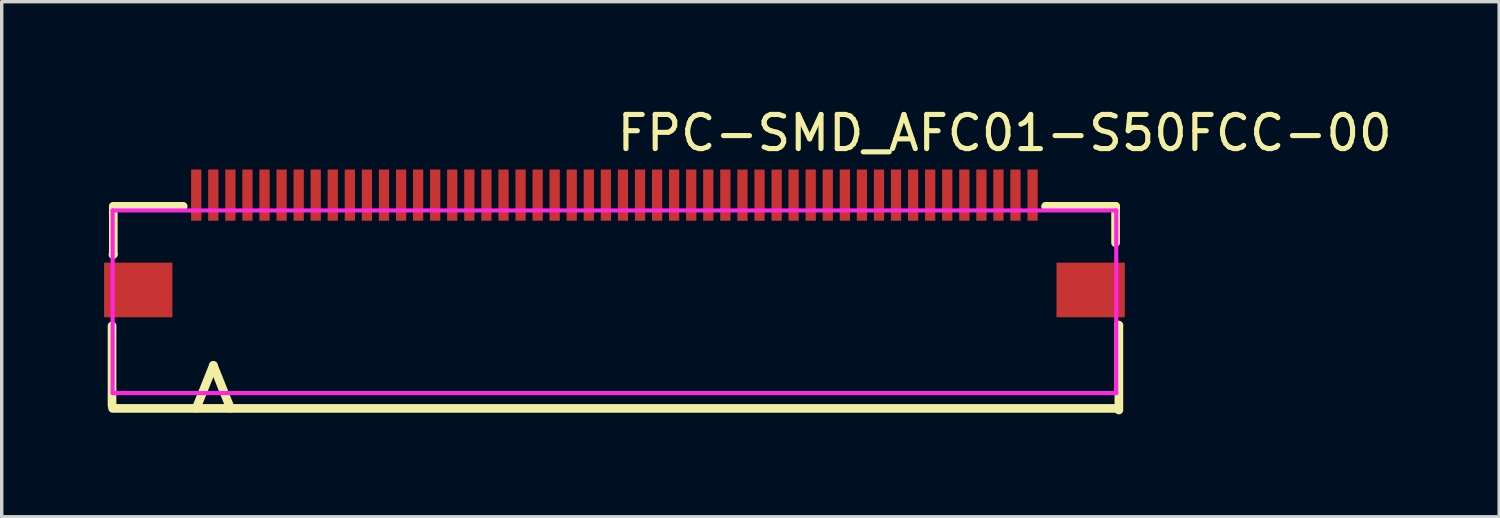
<source format=kicad_pcb>
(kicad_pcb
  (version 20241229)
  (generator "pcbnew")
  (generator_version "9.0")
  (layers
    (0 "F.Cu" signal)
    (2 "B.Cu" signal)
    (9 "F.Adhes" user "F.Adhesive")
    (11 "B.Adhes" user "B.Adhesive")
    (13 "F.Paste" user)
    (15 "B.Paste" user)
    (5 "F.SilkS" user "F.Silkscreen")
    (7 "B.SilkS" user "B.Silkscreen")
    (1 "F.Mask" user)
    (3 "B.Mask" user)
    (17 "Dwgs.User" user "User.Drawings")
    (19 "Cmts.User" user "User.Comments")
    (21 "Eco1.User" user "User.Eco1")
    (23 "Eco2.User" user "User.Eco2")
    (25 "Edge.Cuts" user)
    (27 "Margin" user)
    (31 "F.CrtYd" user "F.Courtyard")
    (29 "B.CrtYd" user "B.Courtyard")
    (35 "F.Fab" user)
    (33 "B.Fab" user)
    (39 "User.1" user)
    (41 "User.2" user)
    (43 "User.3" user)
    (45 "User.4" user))
  (footprint "FPC-SMD_AFC01-S50FCC-00"
    (layer "F.Cu")
    (at 14.95 4.055)
    (property "Reference" "FPC-SMD_AFC01-S50FCC-00" (at 0 -3.207 0) (layer "F.SilkS") (effects (font (size 1 1) (thickness 0.15)) (justify left)))
    (attr through_hole)
    (fp_line (start -14.718 4.776) (end -14.718 2.44) (stroke (width 0.254) (type solid)) (layer "F.SilkS"))
    (fp_line (start -14.701 4.859) (end 14.701 4.859) (stroke (width 0.254) (type solid)) (layer "F.SilkS"))
    (fp_line (start -14.681 -1.056) (end -14.681 0.345) (stroke (width 0.254) (type solid)) (layer "F.SilkS"))
    (fp_line (start -14.681 0.345) (end -14.691 0.355) (stroke (width 0.254) (type solid)) (layer "F.SilkS"))
    (fp_line (start -12.633 -1.061) (end -14.678 -1.061) (stroke (width 0.254) (type solid)) (layer "F.SilkS"))
    (fp_line (start -11.75 3.601) (end -12.25 4.851) (stroke (width 0.254) (type solid)) (layer "F.SilkS"))
    (fp_line (start -11.25 4.851) (end -11.75 3.601) (stroke (width 0.254) (type solid)) (layer "F.SilkS"))
    (fp_line (start 14.68 -1.061) (end 12.63 -1.061) (stroke (width 0.254) (type solid)) (layer "F.SilkS"))
    (fp_line (start 14.68 -1.061) (end 14.68 0.008) (stroke (width 0.254) (type solid)) (layer "F.SilkS"))
    (fp_line (start 14.777 2.426) (end 14.766 2.415) (stroke (width 0.254) (type solid)) (layer "F.SilkS"))
    (fp_line (start 14.777 4.907) (end 14.777 2.426) (stroke (width 0.254) (type solid)) (layer "F.SilkS"))
    (fp_line (start -12.351 -1.05) (end -12.151 -1.05) (stroke (width 0.12) (type solid)) (layer "Eco2.User"))
    (fp_line (start -12.351 -0.93) (end -12.351 -1.05) (stroke (width 0.12) (type solid)) (layer "Eco2.User"))
    (fp_line (start -12.151 -1.05) (end -12.151 -0.93) (stroke (width 0.12) (type solid)) (layer "Eco2.User"))
    (fp_line (start -12.151 -0.93) (end -12.351 -0.93) (stroke (width 0.12) (type solid)) (layer "Eco2.User"))
    (fp_line (start -11.852 -1.05) (end -11.652 -1.05) (stroke (width 0.12) (type solid)) (layer "Eco2.User"))
    (fp_line (start -11.852 -0.93) (end -11.852 -1.05) (stroke (width 0.12) (type solid)) (layer "Eco2.User"))
    (fp_line (start -11.652 -1.05) (end -11.652 -0.93) (stroke (width 0.12) (type solid)) (layer "Eco2.User"))
    (fp_line (start -11.652 -0.93) (end -11.852 -0.93) (stroke (width 0.12) (type solid)) (layer "Eco2.User"))
    (fp_line (start -11.351 -1.05) (end -11.151 -1.05) (stroke (width 0.12) (type solid)) (layer "Eco2.User"))
    (fp_line (start -11.351 -0.93) (end -11.351 -1.05) (stroke (width 0.12) (type solid)) (layer "Eco2.User"))
    (fp_line (start -11.151 -1.05) (end -11.151 -0.93) (stroke (width 0.12) (type solid)) (layer "Eco2.User"))
    (fp_line (start -11.151 -0.93) (end -11.351 -0.93) (stroke (width 0.12) (type solid)) (layer "Eco2.User"))
    (fp_line (start -10.851 -1.05) (end -10.651 -1.05) (stroke (width 0.12) (type solid)) (layer "Eco2.User"))
    (fp_line (start -10.851 -0.93) (end -10.851 -1.05) (stroke (width 0.12) (type solid)) (layer "Eco2.User"))
    (fp_line (start -10.651 -1.05) (end -10.651 -0.93) (stroke (width 0.12) (type solid)) (layer "Eco2.User"))
    (fp_line (start -10.651 -0.93) (end -10.851 -0.93) (stroke (width 0.12) (type solid)) (layer "Eco2.User"))
    (fp_line (start -10.351 -1.05) (end -10.151 -1.05) (stroke (width 0.12) (type solid)) (layer "Eco2.User"))
    (fp_line (start -10.351 -0.93) (end -10.351 -1.05) (stroke (width 0.12) (type solid)) (layer "Eco2.User"))
    (fp_line (start -10.151 -1.05) (end -10.151 -0.93) (stroke (width 0.12) (type solid)) (layer "Eco2.User"))
    (fp_line (start -10.151 -0.93) (end -10.351 -0.93) (stroke (width 0.12) (type solid)) (layer "Eco2.User"))
    (fp_line (start -9.85 -1.05) (end -9.65 -1.05) (stroke (width 0.12) (type solid)) (layer "Eco2.User"))
    (fp_line (start -9.85 -0.93) (end -9.85 -1.05) (stroke (width 0.12) (type solid)) (layer "Eco2.User"))
    (fp_line (start -9.65 -1.05) (end -9.65 -0.93) (stroke (width 0.12) (type solid)) (layer "Eco2.User"))
    (fp_line (start -9.65 -0.93) (end -9.85 -0.93) (stroke (width 0.12) (type solid)) (layer "Eco2.User"))
    (fp_line (start -9.35 -1.05) (end -9.15 -1.05) (stroke (width 0.12) (type solid)) (layer "Eco2.User"))
    (fp_line (start -9.35 -0.93) (end -9.35 -1.05) (stroke (width 0.12) (type solid)) (layer "Eco2.User"))
    (fp_line (start -9.15 -1.05) (end -9.15 -0.93) (stroke (width 0.12) (type solid)) (layer "Eco2.User"))
    (fp_line (start -9.15 -0.93) (end -9.35 -0.93) (stroke (width 0.12) (type solid)) (layer "Eco2.User"))
    (fp_line (start -8.851 -1.05) (end -8.651 -1.05) (stroke (width 0.12) (type solid)) (layer "Eco2.User"))
    (fp_line (start -8.851 -0.93) (end -8.851 -1.05) (stroke (width 0.12) (type solid)) (layer "Eco2.User"))
    (fp_line (start -8.651 -1.05) (end -8.651 -0.93) (stroke (width 0.12) (type solid)) (layer "Eco2.User"))
    (fp_line (start -8.651 -0.93) (end -8.851 -0.93) (stroke (width 0.12) (type solid)) (layer "Eco2.User"))
    (fp_line (start -8.352 -1.05) (end -8.152 -1.05) (stroke (width 0.12) (type solid)) (layer "Eco2.User"))
    (fp_line (start -8.352 -0.93) (end -8.352 -1.05) (stroke (width 0.12) (type solid)) (layer "Eco2.User"))
    (fp_line (start -8.152 -1.05) (end -8.152 -0.93) (stroke (width 0.12) (type solid)) (layer "Eco2.User"))
    (fp_line (start -8.152 -0.93) (end -8.352 -0.93) (stroke (width 0.12) (type solid)) (layer "Eco2.User"))
    (fp_line (start -7.851 -1.05) (end -7.651 -1.05) (stroke (width 0.12) (type solid)) (layer "Eco2.User"))
    (fp_line (start -7.851 -0.93) (end -7.851 -1.05) (stroke (width 0.12) (type solid)) (layer "Eco2.User"))
    (fp_line (start -7.651 -1.05) (end -7.651 -0.93) (stroke (width 0.12) (type solid)) (layer "Eco2.User"))
    (fp_line (start -7.651 -0.93) (end -7.851 -0.93) (stroke (width 0.12) (type solid)) (layer "Eco2.User"))
    (fp_line (start -7.351 -1.05) (end -7.151 -1.05) (stroke (width 0.12) (type solid)) (layer "Eco2.User"))
    (fp_line (start -7.351 -0.93) (end -7.351 -1.05) (stroke (width 0.12) (type solid)) (layer "Eco2.User"))
    (fp_line (start -7.151 -1.05) (end -7.151 -0.93) (stroke (width 0.12) (type solid)) (layer "Eco2.User"))
    (fp_line (start -7.151 -0.93) (end -7.351 -0.93) (stroke (width 0.12) (type solid)) (layer "Eco2.User"))
    (fp_line (start -6.851 -1.05) (end -6.651 -1.05) (stroke (width 0.12) (type solid)) (layer "Eco2.User"))
    (fp_line (start -6.851 -0.93) (end -6.851 -1.05) (stroke (width 0.12) (type solid)) (layer "Eco2.User"))
    (fp_line (start -6.651 -1.05) (end -6.651 -0.93) (stroke (width 0.12) (type solid)) (layer "Eco2.User"))
    (fp_line (start -6.651 -0.93) (end -6.851 -0.93) (stroke (width 0.12) (type solid)) (layer "Eco2.User"))
    (fp_line (start -6.35 -1.05) (end -6.15 -1.05) (stroke (width 0.12) (type solid)) (layer "Eco2.User"))
    (fp_line (start -6.35 -0.93) (end -6.35 -1.05) (stroke (width 0.12) (type solid)) (layer "Eco2.User"))
    (fp_line (start -6.15 -1.05) (end -6.15 -0.93) (stroke (width 0.12) (type solid)) (layer "Eco2.User"))
    (fp_line (start -6.15 -0.93) (end -6.35 -0.93) (stroke (width 0.12) (type solid)) (layer "Eco2.User"))
    (fp_line (start -5.851 -1.05) (end -5.651 -1.05) (stroke (width 0.12) (type solid)) (layer "Eco2.User"))
    (fp_line (start -5.851 -0.93) (end -5.851 -1.05) (stroke (width 0.12) (type solid)) (layer "Eco2.User"))
    (fp_line (start -5.651 -1.05) (end -5.651 -0.93) (stroke (width 0.12) (type solid)) (layer "Eco2.User"))
    (fp_line (start -5.651 -0.93) (end -5.851 -0.93) (stroke (width 0.12) (type solid)) (layer "Eco2.User"))
    (fp_line (start -5.351 -1.05) (end -5.151 -1.05) (stroke (width 0.12) (type solid)) (layer "Eco2.User"))
    (fp_line (start -5.351 -0.93) (end -5.351 -1.05) (stroke (width 0.12) (type solid)) (layer "Eco2.User"))
    (fp_line (start -5.151 -1.05) (end -5.151 -0.93) (stroke (width 0.12) (type solid)) (layer "Eco2.User"))
    (fp_line (start -5.151 -0.93) (end -5.351 -0.93) (stroke (width 0.12) (type solid)) (layer "Eco2.User"))
    (fp_line (start -4.852 -1.05) (end -4.652 -1.05) (stroke (width 0.12) (type solid)) (layer "Eco2.User"))
    (fp_line (start -4.852 -0.93) (end -4.852 -1.05) (stroke (width 0.12) (type solid)) (layer "Eco2.User"))
    (fp_line (start -4.652 -1.05) (end -4.652 -0.93) (stroke (width 0.12) (type solid)) (layer "Eco2.User"))
    (fp_line (start -4.652 -0.93) (end -4.852 -0.93) (stroke (width 0.12) (type solid)) (layer "Eco2.User"))
    (fp_line (start -4.351 -1.05) (end -4.151 -1.05) (stroke (width 0.12) (type solid)) (layer "Eco2.User"))
    (fp_line (start -4.351 -0.93) (end -4.351 -1.05) (stroke (width 0.12) (type solid)) (layer "Eco2.User"))
    (fp_line (start -4.151 -1.05) (end -4.151 -0.93) (stroke (width 0.12) (type solid)) (layer "Eco2.User"))
    (fp_line (start -4.151 -0.93) (end -4.351 -0.93) (stroke (width 0.12) (type solid)) (layer "Eco2.User"))
    (fp_line (start -3.851 -1.05) (end -3.651 -1.05) (stroke (width 0.12) (type solid)) (layer "Eco2.User"))
    (fp_line (start -3.851 -0.93) (end -3.851 -1.05) (stroke (width 0.12) (type solid)) (layer "Eco2.User"))
    (fp_line (start -3.651 -1.05) (end -3.651 -0.93) (stroke (width 0.12) (type solid)) (layer "Eco2.User"))
    (fp_line (start -3.651 -0.93) (end -3.851 -0.93) (stroke (width 0.12) (type solid)) (layer "Eco2.User"))
    (fp_line (start -3.35 -1.05) (end -3.15 -1.05) (stroke (width 0.12) (type solid)) (layer "Eco2.User"))
    (fp_line (start -3.35 -0.93) (end -3.35 -1.05) (stroke (width 0.12) (type solid)) (layer "Eco2.User"))
    (fp_line (start -3.15 -1.05) (end -3.15 -0.93) (stroke (width 0.12) (type solid)) (layer "Eco2.User"))
    (fp_line (start -3.15 -0.93) (end -3.35 -0.93) (stroke (width 0.12) (type solid)) (layer "Eco2.User"))
    (fp_line (start -2.85 -1.05) (end -2.65 -1.05) (stroke (width 0.12) (type solid)) (layer "Eco2.User"))
    (fp_line (start -2.85 -0.93) (end -2.85 -1.05) (stroke (width 0.12) (type solid)) (layer "Eco2.User"))
    (fp_line (start -2.65 -1.05) (end -2.65 -0.93) (stroke (width 0.12) (type solid)) (layer "Eco2.User"))
    (fp_line (start -2.65 -0.93) (end -2.85 -0.93) (stroke (width 0.12) (type solid)) (layer "Eco2.User"))
    (fp_line (start -2.35 -1.05) (end -2.15 -1.05) (stroke (width 0.12) (type solid)) (layer "Eco2.User"))
    (fp_line (start -2.35 -0.93) (end -2.35 -1.05) (stroke (width 0.12) (type solid)) (layer "Eco2.User"))
    (fp_line (start -2.15 -1.05) (end -2.15 -0.93) (stroke (width 0.12) (type solid)) (layer "Eco2.User"))
    (fp_line (start -2.15 -0.93) (end -2.35 -0.93) (stroke (width 0.12) (type solid)) (layer "Eco2.User"))
    (fp_line (start -1.852 -1.05) (end -1.652 -1.05) (stroke (width 0.12) (type solid)) (layer "Eco2.User"))
    (fp_line (start -1.852 -0.93) (end -1.852 -1.05) (stroke (width 0.12) (type solid)) (layer "Eco2.User"))
    (fp_line (start -1.652 -1.05) (end -1.652 -0.93) (stroke (width 0.12) (type solid)) (layer "Eco2.User"))
    (fp_line (start -1.652 -0.93) (end -1.852 -0.93) (stroke (width 0.12) (type solid)) (layer "Eco2.User"))
    (fp_line (start -1.351 -1.05) (end -1.151 -1.05) (stroke (width 0.12) (type solid)) (layer "Eco2.User"))
    (fp_line (start -1.351 -0.93) (end -1.351 -1.05) (stroke (width 0.12) (type solid)) (layer "Eco2.User"))
    (fp_line (start -1.151 -1.05) (end -1.151 -0.93) (stroke (width 0.12) (type solid)) (layer "Eco2.User"))
    (fp_line (start -1.151 -0.93) (end -1.351 -0.93) (stroke (width 0.12) (type solid)) (layer "Eco2.User"))
    (fp_line (start -0.851 -1.05) (end -0.651 -1.05) (stroke (width 0.12) (type solid)) (layer "Eco2.User"))
    (fp_line (start -0.851 -0.93) (end -0.851 -1.05) (stroke (width 0.12) (type solid)) (layer "Eco2.User"))
    (fp_line (start -0.651 -1.05) (end -0.651 -0.93) (stroke (width 0.12) (type solid)) (layer "Eco2.User"))
    (fp_line (start -0.651 -0.93) (end -0.851 -0.93) (stroke (width 0.12) (type solid)) (layer "Eco2.User"))
    (fp_line (start -0.351 -1.05) (end -0.151 -1.05) (stroke (width 0.12) (type solid)) (layer "Eco2.User"))
    (fp_line (start -0.351 -0.93) (end -0.351 -1.05) (stroke (width 0.12) (type solid)) (layer "Eco2.User"))
    (fp_line (start -0.151 -1.05) (end -0.151 -0.93) (stroke (width 0.12) (type solid)) (layer "Eco2.User"))
    (fp_line (start -0.151 -0.93) (end -0.351 -0.93) (stroke (width 0.12) (type solid)) (layer "Eco2.User"))
    (fp_line (start 0.15 -1.05) (end 0.35 -1.05) (stroke (width 0.12) (type solid)) (layer "Eco2.User"))
    (fp_line (start 0.15 -0.93) (end 0.15 -1.05) (stroke (width 0.12) (type solid)) (layer "Eco2.User"))
    (fp_line (start 0.35 -1.05) (end 0.35 -0.93) (stroke (width 0.12) (type solid)) (layer "Eco2.User"))
    (fp_line (start 0.35 -0.93) (end 0.15 -0.93) (stroke (width 0.12) (type solid)) (layer "Eco2.User"))
    (fp_line (start 0.65 -1.05) (end 0.85 -1.05) (stroke (width 0.12) (type solid)) (layer "Eco2.User"))
    (fp_line (start 0.65 -0.93) (end 0.65 -1.05) (stroke (width 0.12) (type solid)) (layer "Eco2.User"))
    (fp_line (start 0.85 -1.05) (end 0.85 -0.93) (stroke (width 0.12) (type solid)) (layer "Eco2.User"))
    (fp_line (start 0.85 -0.93) (end 0.65 -0.93) (stroke (width 0.12) (type solid)) (layer "Eco2.User"))
    (fp_line (start 1.149 -1.05) (end 1.349 -1.05) (stroke (width 0.12) (type solid)) (layer "Eco2.User"))
    (fp_line (start 1.149 -0.93) (end 1.149 -1.05) (stroke (width 0.12) (type solid)) (layer "Eco2.User"))
    (fp_line (start 1.349 -1.05) (end 1.349 -0.93) (stroke (width 0.12) (type solid)) (layer "Eco2.User"))
    (fp_line (start 1.349 -0.93) (end 1.149 -0.93) (stroke (width 0.12) (type solid)) (layer "Eco2.User"))
    (fp_line (start 1.648 -1.05) (end 1.848 -1.05) (stroke (width 0.12) (type solid)) (layer "Eco2.User"))
    (fp_line (start 1.648 -0.93) (end 1.648 -1.05) (stroke (width 0.12) (type solid)) (layer "Eco2.User"))
    (fp_line (start 1.848 -1.05) (end 1.848 -0.93) (stroke (width 0.12) (type solid)) (layer "Eco2.User"))
    (fp_line (start 1.848 -0.93) (end 1.648 -0.93) (stroke (width 0.12) (type solid)) (layer "Eco2.User"))
    (fp_line (start 2.149 -1.05) (end 2.349 -1.05) (stroke (width 0.12) (type solid)) (layer "Eco2.User"))
    (fp_line (start 2.149 -0.93) (end 2.149 -1.05) (stroke (width 0.12) (type solid)) (layer "Eco2.User"))
    (fp_line (start 2.349 -1.05) (end 2.349 -0.93) (stroke (width 0.12) (type solid)) (layer "Eco2.User"))
    (fp_line (start 2.349 -0.93) (end 2.149 -0.93) (stroke (width 0.12) (type solid)) (layer "Eco2.User"))
    (fp_line (start 2.649 -1.05) (end 2.849 -1.05) (stroke (width 0.12) (type solid)) (layer "Eco2.User"))
    (fp_line (start 2.649 -0.93) (end 2.649 -1.05) (stroke (width 0.12) (type solid)) (layer "Eco2.User"))
    (fp_line (start 2.849 -1.05) (end 2.849 -0.93) (stroke (width 0.12) (type solid)) (layer "Eco2.User"))
    (fp_line (start 2.849 -0.93) (end 2.649 -0.93) (stroke (width 0.12) (type solid)) (layer "Eco2.User"))
    (fp_line (start 3.149 -1.05) (end 3.349 -1.05) (stroke (width 0.12) (type solid)) (layer "Eco2.User"))
    (fp_line (start 3.149 -0.93) (end 3.149 -1.05) (stroke (width 0.12) (type solid)) (layer "Eco2.User"))
    (fp_line (start 3.349 -1.05) (end 3.349 -0.93) (stroke (width 0.12) (type solid)) (layer "Eco2.User"))
    (fp_line (start 3.349 -0.93) (end 3.149 -0.93) (stroke (width 0.12) (type solid)) (layer "Eco2.User"))
    (fp_line (start 3.65 -1.05) (end 3.85 -1.05) (stroke (width 0.12) (type solid)) (layer "Eco2.User"))
    (fp_line (start 3.65 -0.93) (end 3.65 -1.05) (stroke (width 0.12) (type solid)) (layer "Eco2.User"))
    (fp_line (start 3.85 -1.05) (end 3.85 -0.93) (stroke (width 0.12) (type solid)) (layer "Eco2.User"))
    (fp_line (start 3.85 -0.93) (end 3.65 -0.93) (stroke (width 0.12) (type solid)) (layer "Eco2.User"))
    (fp_line (start 4.15 -1.05) (end 4.35 -1.05) (stroke (width 0.12) (type solid)) (layer "Eco2.User"))
    (fp_line (start 4.15 -0.93) (end 4.15 -1.05) (stroke (width 0.12) (type solid)) (layer "Eco2.User"))
    (fp_line (start 4.35 -1.05) (end 4.35 -0.93) (stroke (width 0.12) (type solid)) (layer "Eco2.User"))
    (fp_line (start 4.35 -0.93) (end 4.15 -0.93) (stroke (width 0.12) (type solid)) (layer "Eco2.User"))
    (fp_line (start 4.651 -1.05) (end 4.851 -1.05) (stroke (width 0.12) (type solid)) (layer "Eco2.User"))
    (fp_line (start 4.651 -0.93) (end 4.651 -1.05) (stroke (width 0.12) (type solid)) (layer "Eco2.User"))
    (fp_line (start 4.851 -1.05) (end 4.851 -0.93) (stroke (width 0.12) (type solid)) (layer "Eco2.User"))
    (fp_line (start 4.851 -0.93) (end 4.651 -0.93) (stroke (width 0.12) (type solid)) (layer "Eco2.User"))
    (fp_line (start 5.148 -1.05) (end 5.348 -1.05) (stroke (width 0.12) (type solid)) (layer "Eco2.User"))
    (fp_line (start 5.148 -0.93) (end 5.148 -1.05) (stroke (width 0.12) (type solid)) (layer "Eco2.User"))
    (fp_line (start 5.348 -1.05) (end 5.348 -0.93) (stroke (width 0.12) (type solid)) (layer "Eco2.User"))
    (fp_line (start 5.348 -0.93) (end 5.148 -0.93) (stroke (width 0.12) (type solid)) (layer "Eco2.User"))
    (fp_line (start 5.649 -1.05) (end 5.849 -1.05) (stroke (width 0.12) (type solid)) (layer "Eco2.User"))
    (fp_line (start 5.649 -0.93) (end 5.649 -1.05) (stroke (width 0.12) (type solid)) (layer "Eco2.User"))
    (fp_line (start 5.849 -1.05) (end 5.849 -0.93) (stroke (width 0.12) (type solid)) (layer "Eco2.User"))
    (fp_line (start 5.849 -0.93) (end 5.649 -0.93) (stroke (width 0.12) (type solid)) (layer "Eco2.User"))
    (fp_line (start 6.149 -1.05) (end 6.349 -1.05) (stroke (width 0.12) (type solid)) (layer "Eco2.User"))
    (fp_line (start 6.149 -0.93) (end 6.149 -1.05) (stroke (width 0.12) (type solid)) (layer "Eco2.User"))
    (fp_line (start 6.349 -1.05) (end 6.349 -0.93) (stroke (width 0.12) (type solid)) (layer "Eco2.User"))
    (fp_line (start 6.349 -0.93) (end 6.149 -0.93) (stroke (width 0.12) (type solid)) (layer "Eco2.User"))
    (fp_line (start 6.65 -1.05) (end 6.85 -1.05) (stroke (width 0.12) (type solid)) (layer "Eco2.User"))
    (fp_line (start 6.65 -0.93) (end 6.65 -1.05) (stroke (width 0.12) (type solid)) (layer "Eco2.User"))
    (fp_line (start 6.85 -1.05) (end 6.85 -0.93) (stroke (width 0.12) (type solid)) (layer "Eco2.User"))
    (fp_line (start 6.85 -0.93) (end 6.65 -0.93) (stroke (width 0.12) (type solid)) (layer "Eco2.User"))
    (fp_line (start 7.15 -1.05) (end 7.35 -1.05) (stroke (width 0.12) (type solid)) (layer "Eco2.User"))
    (fp_line (start 7.15 -0.93) (end 7.15 -1.05) (stroke (width 0.12) (type solid)) (layer "Eco2.User"))
    (fp_line (start 7.35 -1.05) (end 7.35 -0.93) (stroke (width 0.12) (type solid)) (layer "Eco2.User"))
    (fp_line (start 7.35 -0.93) (end 7.15 -0.93) (stroke (width 0.12) (type solid)) (layer "Eco2.User"))
    (fp_line (start 7.65 -1.05) (end 7.85 -1.05) (stroke (width 0.12) (type solid)) (layer "Eco2.User"))
    (fp_line (start 7.65 -0.93) (end 7.65 -1.05) (stroke (width 0.12) (type solid)) (layer "Eco2.User"))
    (fp_line (start 7.85 -1.05) (end 7.85 -0.93) (stroke (width 0.12) (type solid)) (layer "Eco2.User"))
    (fp_line (start 7.85 -0.93) (end 7.65 -0.93) (stroke (width 0.12) (type solid)) (layer "Eco2.User"))
    (fp_line (start 8.148 -1.05) (end 8.348 -1.05) (stroke (width 0.12) (type solid)) (layer "Eco2.User"))
    (fp_line (start 8.148 -0.93) (end 8.148 -1.05) (stroke (width 0.12) (type solid)) (layer "Eco2.User"))
    (fp_line (start 8.348 -1.05) (end 8.348 -0.93) (stroke (width 0.12) (type solid)) (layer "Eco2.User"))
    (fp_line (start 8.348 -0.93) (end 8.148 -0.93) (stroke (width 0.12) (type solid)) (layer "Eco2.User"))
    (fp_line (start 8.649 -1.05) (end 8.849 -1.05) (stroke (width 0.12) (type solid)) (layer "Eco2.User"))
    (fp_line (start 8.649 -0.93) (end 8.649 -1.05) (stroke (width 0.12) (type solid)) (layer "Eco2.User"))
    (fp_line (start 8.849 -1.05) (end 8.849 -0.93) (stroke (width 0.12) (type solid)) (layer "Eco2.User"))
    (fp_line (start 8.849 -0.93) (end 8.649 -0.93) (stroke (width 0.12) (type solid)) (layer "Eco2.User"))
    (fp_line (start 9.149 -1.05) (end 9.349 -1.05) (stroke (width 0.12) (type solid)) (layer "Eco2.User"))
    (fp_line (start 9.149 -0.93) (end 9.149 -1.05) (stroke (width 0.12) (type solid)) (layer "Eco2.User"))
    (fp_line (start 9.349 -1.05) (end 9.349 -0.93) (stroke (width 0.12) (type solid)) (layer "Eco2.User"))
    (fp_line (start 9.349 -0.93) (end 9.149 -0.93) (stroke (width 0.12) (type solid)) (layer "Eco2.User"))
    (fp_line (start 9.649 -1.05) (end 9.849 -1.05) (stroke (width 0.12) (type solid)) (layer "Eco2.User"))
    (fp_line (start 9.649 -0.93) (end 9.649 -1.05) (stroke (width 0.12) (type solid)) (layer "Eco2.User"))
    (fp_line (start 9.849 -1.05) (end 9.849 -0.93) (stroke (width 0.12) (type solid)) (layer "Eco2.User"))
    (fp_line (start 9.849 -0.93) (end 9.649 -0.93) (stroke (width 0.12) (type solid)) (layer "Eco2.User"))
    (fp_line (start 10.15 -1.05) (end 10.35 -1.05) (stroke (width 0.12) (type solid)) (layer "Eco2.User"))
    (fp_line (start 10.15 -0.93) (end 10.15 -1.05) (stroke (width 0.12) (type solid)) (layer "Eco2.User"))
    (fp_line (start 10.35 -1.05) (end 10.35 -0.93) (stroke (width 0.12) (type solid)) (layer "Eco2.User"))
    (fp_line (start 10.35 -0.93) (end 10.15 -0.93) (stroke (width 0.12) (type solid)) (layer "Eco2.User"))
    (fp_line (start 10.65 -1.05) (end 10.85 -1.05) (stroke (width 0.12) (type solid)) (layer "Eco2.User"))
    (fp_line (start 10.65 -0.93) (end 10.65 -1.05) (stroke (width 0.12) (type solid)) (layer "Eco2.User"))
    (fp_line (start 10.85 -1.05) (end 10.85 -0.93) (stroke (width 0.12) (type solid)) (layer "Eco2.User"))
    (fp_line (start 10.85 -0.93) (end 10.65 -0.93) (stroke (width 0.12) (type solid)) (layer "Eco2.User"))
    (fp_line (start 11.149 -1.05) (end 11.349 -1.05) (stroke (width 0.12) (type solid)) (layer "Eco2.User"))
    (fp_line (start 11.149 -0.93) (end 11.149 -1.05) (stroke (width 0.12) (type solid)) (layer "Eco2.User"))
    (fp_line (start 11.349 -1.05) (end 11.349 -0.93) (stroke (width 0.12) (type solid)) (layer "Eco2.User"))
    (fp_line (start 11.349 -0.93) (end 11.149 -0.93) (stroke (width 0.12) (type solid)) (layer "Eco2.User"))
    (fp_line (start 11.648 -1.05) (end 11.848 -1.05) (stroke (width 0.12) (type solid)) (layer "Eco2.User"))
    (fp_line (start 11.648 -0.93) (end 11.648 -1.05) (stroke (width 0.12) (type solid)) (layer "Eco2.User"))
    (fp_line (start 11.848 -1.05) (end 11.848 -0.93) (stroke (width 0.12) (type solid)) (layer "Eco2.User"))
    (fp_line (start 11.848 -0.93) (end 11.648 -0.93) (stroke (width 0.12) (type solid)) (layer "Eco2.User"))
    (fp_line (start 12.149 -1.05) (end 12.349 -1.05) (stroke (width 0.12) (type solid)) (layer "Eco2.User"))
    (fp_line (start 12.149 -0.93) (end 12.149 -1.05) (stroke (width 0.12) (type solid)) (layer "Eco2.User"))
    (fp_line (start 12.349 -1.05) (end 12.349 -0.93) (stroke (width 0.12) (type solid)) (layer "Eco2.User"))
    (fp_line (start 12.349 -0.93) (end 12.149 -0.93) (stroke (width 0.12) (type solid)) (layer "Eco2.User"))
    (fp_circle (center -14.7 -1.64) (end -14.67 -1.64) (stroke (width 0.06) (type solid)) (fill no) (layer "Eco2.User"))
    (fp_poly (pts (xy -14.7 0.889) (xy -13.2 0.889) (xy -13.2 1.889) (xy -14.7 1.889)) (stroke (width 0.12) (type solid)) (fill no) (layer "Eco2.User"))
    (fp_poly (pts (xy -12.351 -1.04) (xy -12.351 -1.64) (xy -12.151 -1.64) (xy -12.151 -1.04)) (stroke (width 0.12) (type solid)) (fill no) (layer "Eco2.User"))
    (fp_poly (pts (xy -11.852 -1.04) (xy -11.852 -1.64) (xy -11.652 -1.64) (xy -11.652 -1.04)) (stroke (width 0.12) (type solid)) (fill no) (layer "Eco2.User"))
    (fp_poly (pts (xy -11.351 -1.04) (xy -11.351 -1.64) (xy -11.151 -1.64) (xy -11.151 -1.04)) (stroke (width 0.12) (type solid)) (fill no) (layer "Eco2.User"))
    (fp_poly (pts (xy -10.851 -1.04) (xy -10.851 -1.64) (xy -10.651 -1.64) (xy -10.651 -1.04)) (stroke (width 0.12) (type solid)) (fill no) (layer "Eco2.User"))
    (fp_poly (pts (xy -10.351 -1.04) (xy -10.351 -1.64) (xy -10.151 -1.64) (xy -10.151 -1.04)) (stroke (width 0.12) (type solid)) (fill no) (layer "Eco2.User"))
    (fp_poly (pts (xy -9.85 -1.04) (xy -9.85 -1.64) (xy -9.65 -1.64) (xy -9.65 -1.04)) (stroke (width 0.12) (type solid)) (fill no) (layer "Eco2.User"))
    (fp_poly (pts (xy -9.35 -1.04) (xy -9.35 -1.64) (xy -9.15 -1.64) (xy -9.15 -1.04)) (stroke (width 0.12) (type solid)) (fill no) (layer "Eco2.User"))
    (fp_poly (pts (xy -8.851 -1.04) (xy -8.851 -1.64) (xy -8.651 -1.64) (xy -8.651 -1.04)) (stroke (width 0.12) (type solid)) (fill no) (layer "Eco2.User"))
    (fp_poly (pts (xy -8.352 -1.04) (xy -8.352 -1.64) (xy -8.152 -1.64) (xy -8.152 -1.04)) (stroke (width 0.12) (type solid)) (fill no) (layer "Eco2.User"))
    (fp_poly (pts (xy -7.851 -1.04) (xy -7.851 -1.64) (xy -7.651 -1.64) (xy -7.651 -1.04)) (stroke (width 0.12) (type solid)) (fill no) (layer "Eco2.User"))
    (fp_poly (pts (xy -7.351 -1.04) (xy -7.351 -1.64) (xy -7.151 -1.64) (xy -7.151 -1.04)) (stroke (width 0.12) (type solid)) (fill no) (layer "Eco2.User"))
    (fp_poly (pts (xy -6.851 -1.04) (xy -6.851 -1.64) (xy -6.651 -1.64) (xy -6.651 -1.04)) (stroke (width 0.12) (type solid)) (fill no) (layer "Eco2.User"))
    (fp_poly (pts (xy -6.35 -1.04) (xy -6.35 -1.64) (xy -6.15 -1.64) (xy -6.15 -1.04)) (stroke (width 0.12) (type solid)) (fill no) (layer "Eco2.User"))
    (fp_poly (pts (xy -5.851 -1.04) (xy -5.851 -1.64) (xy -5.651 -1.64) (xy -5.651 -1.04)) (stroke (width 0.12) (type solid)) (fill no) (layer "Eco2.User"))
    (fp_poly (pts (xy -5.351 -1.04) (xy -5.351 -1.64) (xy -5.151 -1.64) (xy -5.151 -1.04)) (stroke (width 0.12) (type solid)) (fill no) (layer "Eco2.User"))
    (fp_poly (pts (xy -4.852 -1.04) (xy -4.852 -1.64) (xy -4.652 -1.64) (xy -4.652 -1.04)) (stroke (width 0.12) (type solid)) (fill no) (layer "Eco2.User"))
    (fp_poly (pts (xy -4.351 -1.04) (xy -4.351 -1.64) (xy -4.151 -1.64) (xy -4.151 -1.04)) (stroke (width 0.12) (type solid)) (fill no) (layer "Eco2.User"))
    (fp_poly (pts (xy -3.851 -1.04) (xy -3.851 -1.64) (xy -3.651 -1.64) (xy -3.651 -1.04)) (stroke (width 0.12) (type solid)) (fill no) (layer "Eco2.User"))
    (fp_poly (pts (xy -3.35 -1.04) (xy -3.35 -1.64) (xy -3.15 -1.64) (xy -3.15 -1.04)) (stroke (width 0.12) (type solid)) (fill no) (layer "Eco2.User"))
    (fp_poly (pts (xy -2.85 -1.04) (xy -2.85 -1.64) (xy -2.65 -1.64) (xy -2.65 -1.04)) (stroke (width 0.12) (type solid)) (fill no) (layer "Eco2.User"))
    (fp_poly (pts (xy -2.35 -1.04) (xy -2.35 -1.64) (xy -2.15 -1.64) (xy -2.15 -1.04)) (stroke (width 0.12) (type solid)) (fill no) (layer "Eco2.User"))
    (fp_poly (pts (xy -1.852 -1.04) (xy -1.852 -1.64) (xy -1.652 -1.64) (xy -1.652 -1.04)) (stroke (width 0.12) (type solid)) (fill no) (layer "Eco2.User"))
    (fp_poly (pts (xy -1.351 -1.04) (xy -1.351 -1.64) (xy -1.151 -1.64) (xy -1.151 -1.04)) (stroke (width 0.12) (type solid)) (fill no) (layer "Eco2.User"))
    (fp_poly (pts (xy -0.851 -1.04) (xy -0.851 -1.64) (xy -0.651 -1.64) (xy -0.651 -1.04)) (stroke (width 0.12) (type solid)) (fill no) (layer "Eco2.User"))
    (fp_poly (pts (xy -0.351 -1.04) (xy -0.351 -1.64) (xy -0.151 -1.64) (xy -0.151 -1.04)) (stroke (width 0.12) (type solid)) (fill no) (layer "Eco2.User"))
    (fp_poly (pts (xy 0.15 -1.04) (xy 0.15 -1.64) (xy 0.35 -1.64) (xy 0.35 -1.04)) (stroke (width 0.12) (type solid)) (fill no) (layer "Eco2.User"))
    (fp_poly (pts (xy 0.65 -1.04) (xy 0.65 -1.64) (xy 0.85 -1.64) (xy 0.85 -1.04)) (stroke (width 0.12) (type solid)) (fill no) (layer "Eco2.User"))
    (fp_poly (pts (xy 1.149 -1.04) (xy 1.149 -1.64) (xy 1.349 -1.64) (xy 1.349 -1.04)) (stroke (width 0.12) (type solid)) (fill no) (layer "Eco2.User"))
    (fp_poly (pts (xy 1.648 -1.04) (xy 1.648 -1.64) (xy 1.848 -1.64) (xy 1.848 -1.04)) (stroke (width 0.12) (type solid)) (fill no) (layer "Eco2.User"))
    (fp_poly (pts (xy 2.149 -1.04) (xy 2.149 -1.64) (xy 2.349 -1.64) (xy 2.349 -1.04)) (stroke (width 0.12) (type solid)) (fill no) (layer "Eco2.User"))
    (fp_poly (pts (xy 2.649 -1.04) (xy 2.649 -1.64) (xy 2.849 -1.64) (xy 2.849 -1.04)) (stroke (width 0.12) (type solid)) (fill no) (layer "Eco2.User"))
    (fp_poly (pts (xy 3.149 -1.04) (xy 3.149 -1.64) (xy 3.349 -1.64) (xy 3.349 -1.04)) (stroke (width 0.12) (type solid)) (fill no) (layer "Eco2.User"))
    (fp_poly (pts (xy 3.65 -1.04) (xy 3.65 -1.64) (xy 3.85 -1.64) (xy 3.85 -1.04)) (stroke (width 0.12) (type solid)) (fill no) (layer "Eco2.User"))
    (fp_poly (pts (xy 4.15 -1.04) (xy 4.15 -1.64) (xy 4.35 -1.64) (xy 4.35 -1.04)) (stroke (width 0.12) (type solid)) (fill no) (layer "Eco2.User"))
    (fp_poly (pts (xy 4.651 -1.04) (xy 4.651 -1.64) (xy 4.851 -1.64) (xy 4.851 -1.04)) (stroke (width 0.12) (type solid)) (fill no) (layer "Eco2.User"))
    (fp_poly (pts (xy 5.148 -1.04) (xy 5.148 -1.64) (xy 5.348 -1.64) (xy 5.348 -1.04)) (stroke (width 0.12) (type solid)) (fill no) (layer "Eco2.User"))
    (fp_poly (pts (xy 5.649 -1.04) (xy 5.649 -1.64) (xy 5.849 -1.64) (xy 5.849 -1.04)) (stroke (width 0.12) (type solid)) (fill no) (layer "Eco2.User"))
    (fp_poly (pts (xy 6.149 -1.04) (xy 6.149 -1.64) (xy 6.349 -1.64) (xy 6.349 -1.04)) (stroke (width 0.12) (type solid)) (fill no) (layer "Eco2.User"))
    (fp_poly (pts (xy 6.65 -1.04) (xy 6.65 -1.64) (xy 6.85 -1.64) (xy 6.85 -1.04)) (stroke (width 0.12) (type solid)) (fill no) (layer "Eco2.User"))
    (fp_poly (pts (xy 7.15 -1.04) (xy 7.15 -1.64) (xy 7.35 -1.64) (xy 7.35 -1.04)) (stroke (width 0.12) (type solid)) (fill no) (layer "Eco2.User"))
    (fp_poly (pts (xy 7.65 -1.04) (xy 7.65 -1.64) (xy 7.85 -1.64) (xy 7.85 -1.04)) (stroke (width 0.12) (type solid)) (fill no) (layer "Eco2.User"))
    (fp_poly (pts (xy 8.148 -1.04) (xy 8.148 -1.64) (xy 8.348 -1.64) (xy 8.348 -1.04)) (stroke (width 0.12) (type solid)) (fill no) (layer "Eco2.User"))
    (fp_poly (pts (xy 8.649 -1.04) (xy 8.649 -1.64) (xy 8.849 -1.64) (xy 8.849 -1.04)) (stroke (width 0.12) (type solid)) (fill no) (layer "Eco2.User"))
    (fp_poly (pts (xy 9.149 -1.04) (xy 9.149 -1.64) (xy 9.349 -1.64) (xy 9.349 -1.04)) (stroke (width 0.12) (type solid)) (fill no) (layer "Eco2.User"))
    (fp_poly (pts (xy 9.649 -1.04) (xy 9.649 -1.64) (xy 9.849 -1.64) (xy 9.849 -1.04)) (stroke (width 0.12) (type solid)) (fill no) (layer "Eco2.User"))
    (fp_poly (pts (xy 10.15 -1.04) (xy 10.15 -1.64) (xy 10.35 -1.64) (xy 10.35 -1.04)) (stroke (width 0.12) (type solid)) (fill no) (layer "Eco2.User"))
    (fp_poly (pts (xy 10.65 -1.04) (xy 10.65 -1.64) (xy 10.85 -1.64) (xy 10.85 -1.04)) (stroke (width 0.12) (type solid)) (fill no) (layer "Eco2.User"))
    (fp_poly (pts (xy 11.149 -1.04) (xy 11.149 -1.64) (xy 11.349 -1.64) (xy 11.349 -1.04)) (stroke (width 0.12) (type solid)) (fill no) (layer "Eco2.User"))
    (fp_poly (pts (xy 11.648 -1.04) (xy 11.648 -1.64) (xy 11.848 -1.64) (xy 11.848 -1.04)) (stroke (width 0.12) (type solid)) (fill no) (layer "Eco2.User"))
    (fp_poly (pts (xy 12.149 -1.04) (xy 12.149 -1.64) (xy 12.349 -1.64) (xy 12.349 -1.04)) (stroke (width 0.12) (type solid)) (fill no) (layer "Eco2.User"))
    (fp_poly (pts (xy 14.7 1.889) (xy 13.2 1.889) (xy 13.2 0.889) (xy 14.7 0.889)) (stroke (width 0.12) (type solid)) (fill no) (layer "Eco2.User"))
    (fp_line (start -14.7 -0.94) (end 14.7 -0.94) (stroke (width 0.12) (type solid)) (layer "F.CrtYd"))
    (fp_line (start -14.7 4.41) (end -14.7 -0.94) (stroke (width 0.12) (type solid)) (layer "F.CrtYd"))
    (fp_line (start 14.7 -0.94) (end 14.7 4.41) (stroke (width 0.12) (type solid)) (layer "F.CrtYd"))
    (fp_line (start 14.7 4.41) (end -14.7 4.41) (stroke (width 0.12) (type solid)) (layer "F.CrtYd"))
    (pad "1" smd rect (at -12.251 -1.389) (size 0.3 1.5) (layers "F.Cu" "F.Mask" "F.Paste"))
    (pad "2" smd rect (at -11.752 -1.389) (size 0.3 1.5) (layers "F.Cu" "F.Mask" "F.Paste"))
    (pad "3" smd rect (at -11.251 -1.389) (size 0.3 1.5) (layers "F.Cu" "F.Mask" "F.Paste"))
    (pad "4" smd rect (at -10.751 -1.389) (size 0.3 1.5) (layers "F.Cu" "F.Mask" "F.Paste"))
    (pad "5" smd rect (at -10.251 -1.389) (size 0.3 1.5) (layers "F.Cu" "F.Mask" "F.Paste"))
    (pad "6" smd rect (at -9.75 -1.389) (size 0.3 1.5) (layers "F.Cu" "F.Mask" "F.Paste"))
    (pad "7" smd rect (at -9.25 -1.389) (size 0.3 1.5) (layers "F.Cu" "F.Mask" "F.Paste"))
    (pad "8" smd rect (at -8.751 -1.389) (size 0.3 1.5) (layers "F.Cu" "F.Mask" "F.Paste"))
    (pad "9" smd rect (at -8.252 -1.389) (size 0.3 1.5) (layers "F.Cu" "F.Mask" "F.Paste"))
    (pad "10" smd rect (at -7.751 -1.389) (size 0.3 1.5) (layers "F.Cu" "F.Mask" "F.Paste"))
    (pad "11" smd rect (at -7.251 -1.389) (size 0.3 1.5) (layers "F.Cu" "F.Mask" "F.Paste"))
    (pad "12" smd rect (at -6.751 -1.389) (size 0.3 1.5) (layers "F.Cu" "F.Mask" "F.Paste"))
    (pad "13" smd rect (at -6.25 -1.389) (size 0.3 1.5) (layers "F.Cu" "F.Mask" "F.Paste"))
    (pad "14" smd rect (at -5.751 -1.389) (size 0.3 1.5) (layers "F.Cu" "F.Mask" "F.Paste"))
    (pad "15" smd rect (at -5.251 -1.389) (size 0.3 1.5) (layers "F.Cu" "F.Mask" "F.Paste"))
    (pad "16" smd rect (at -4.752 -1.389) (size 0.3 1.5) (layers "F.Cu" "F.Mask" "F.Paste"))
    (pad "17" smd rect (at -4.251 -1.389) (size 0.3 1.5) (layers "F.Cu" "F.Mask" "F.Paste"))
    (pad "18" smd rect (at -3.751 -1.389) (size 0.3 1.5) (layers "F.Cu" "F.Mask" "F.Paste"))
    (pad "19" smd rect (at -3.25 -1.389) (size 0.3 1.5) (layers "F.Cu" "F.Mask" "F.Paste"))
    (pad "20" smd rect (at -2.75 -1.389) (size 0.3 1.5) (layers "F.Cu" "F.Mask" "F.Paste"))
    (pad "21" smd rect (at -2.25 -1.389) (size 0.3 1.5) (layers "F.Cu" "F.Mask" "F.Paste"))
    (pad "22" smd rect (at -1.752 -1.389) (size 0.3 1.5) (layers "F.Cu" "F.Mask" "F.Paste"))
    (pad "23" smd rect (at -1.251 -1.389) (size 0.3 1.5) (layers "F.Cu" "F.Mask" "F.Paste"))
    (pad "24" smd rect (at -0.751 -1.389) (size 0.3 1.5) (layers "F.Cu" "F.Mask" "F.Paste"))
    (pad "25" smd rect (at -0.251 -1.389) (size 0.3 1.5) (layers "F.Cu" "F.Mask" "F.Paste"))
    (pad "26" smd rect (at 0.25 -1.389) (size 0.3 1.5) (layers "F.Cu" "F.Mask" "F.Paste"))
    (pad "27" smd rect (at 0.75 -1.389) (size 0.3 1.5) (layers "F.Cu" "F.Mask" "F.Paste"))
    (pad "28" smd rect (at 1.249 -1.389) (size 0.3 1.5) (layers "F.Cu" "F.Mask" "F.Paste"))
    (pad "29" smd rect (at 1.748 -1.389) (size 0.3 1.5) (layers "F.Cu" "F.Mask" "F.Paste"))
    (pad "30" smd rect (at 2.249 -1.389) (size 0.3 1.5) (layers "F.Cu" "F.Mask" "F.Paste"))
    (pad "31" smd rect (at 2.749 -1.389) (size 0.3 1.5) (layers "F.Cu" "F.Mask" "F.Paste"))
    (pad "32" smd rect (at 3.249 -1.389) (size 0.3 1.5) (layers "F.Cu" "F.Mask" "F.Paste"))
    (pad "33" smd rect (at 3.75 -1.387) (size 0.3 1.5) (layers "F.Cu" "F.Mask" "F.Paste"))
    (pad "34" smd rect (at 4.25 -1.387) (size 0.3 1.5) (layers "F.Cu" "F.Mask" "F.Paste"))
    (pad "35" smd rect (at 4.751 -1.387) (size 0.3 1.5) (layers "F.Cu" "F.Mask" "F.Paste"))
    (pad "36" smd rect (at 5.248 -1.389) (size 0.3 1.5) (layers "F.Cu" "F.Mask" "F.Paste"))
    (pad "37" smd rect (at 5.749 -1.389) (size 0.3 1.5) (layers "F.Cu" "F.Mask" "F.Paste"))
    (pad "38" smd rect (at 6.249 -1.389) (size 0.3 1.5) (layers "F.Cu" "F.Mask" "F.Paste"))
    (pad "39" smd rect (at 6.75 -1.389) (size 0.3 1.5) (layers "F.Cu" "F.Mask" "F.Paste"))
    (pad "40" smd rect (at 7.25 -1.389) (size 0.3 1.5) (layers "F.Cu" "F.Mask" "F.Paste"))
    (pad "41" smd rect (at 7.75 -1.389) (size 0.3 1.5) (layers "F.Cu" "F.Mask" "F.Paste"))
    (pad "42" smd rect (at 8.248 -1.389) (size 0.3 1.5) (layers "F.Cu" "F.Mask" "F.Paste"))
    (pad "43" smd rect (at 8.749 -1.389) (size 0.3 1.5) (layers "F.Cu" "F.Mask" "F.Paste"))
    (pad "44" smd rect (at 9.249 -1.389) (size 0.3 1.5) (layers "F.Cu" "F.Mask" "F.Paste"))
    (pad "45" smd rect (at 9.749 -1.389) (size 0.3 1.5) (layers "F.Cu" "F.Mask" "F.Paste"))
    (pad "46" smd rect (at 10.25 -1.389) (size 0.3 1.5) (layers "F.Cu" "F.Mask" "F.Paste"))
    (pad "47" smd rect (at 10.75 -1.389) (size 0.3 1.5) (layers "F.Cu" "F.Mask" "F.Paste"))
    (pad "48" smd rect (at 11.249 -1.389) (size 0.3 1.5) (layers "F.Cu" "F.Mask" "F.Paste"))
    (pad "49" smd rect (at 11.748 -1.389) (size 0.3 1.5) (layers "F.Cu" "F.Mask" "F.Paste"))
    (pad "50" smd rect (at 12.249 -1.389) (size 0.3 1.5) (layers "F.Cu" "F.Mask" "F.Paste"))
    (pad "51" smd rect (at -13.95 1.389) (size 2 1.6) (layers "F.Cu" "F.Mask" "F.Paste"))
    (pad "52" smd rect (at 13.95 1.389 180) (size 2 1.6) (layers "F.Cu" "F.Mask" "F.Paste")))
  (gr_rect
    (start -3 -3)
    (end 40.867 12.089)
    (stroke (width 0.1) (type default))
    (fill no)
    (layer "Edge.Cuts")))
</source>
